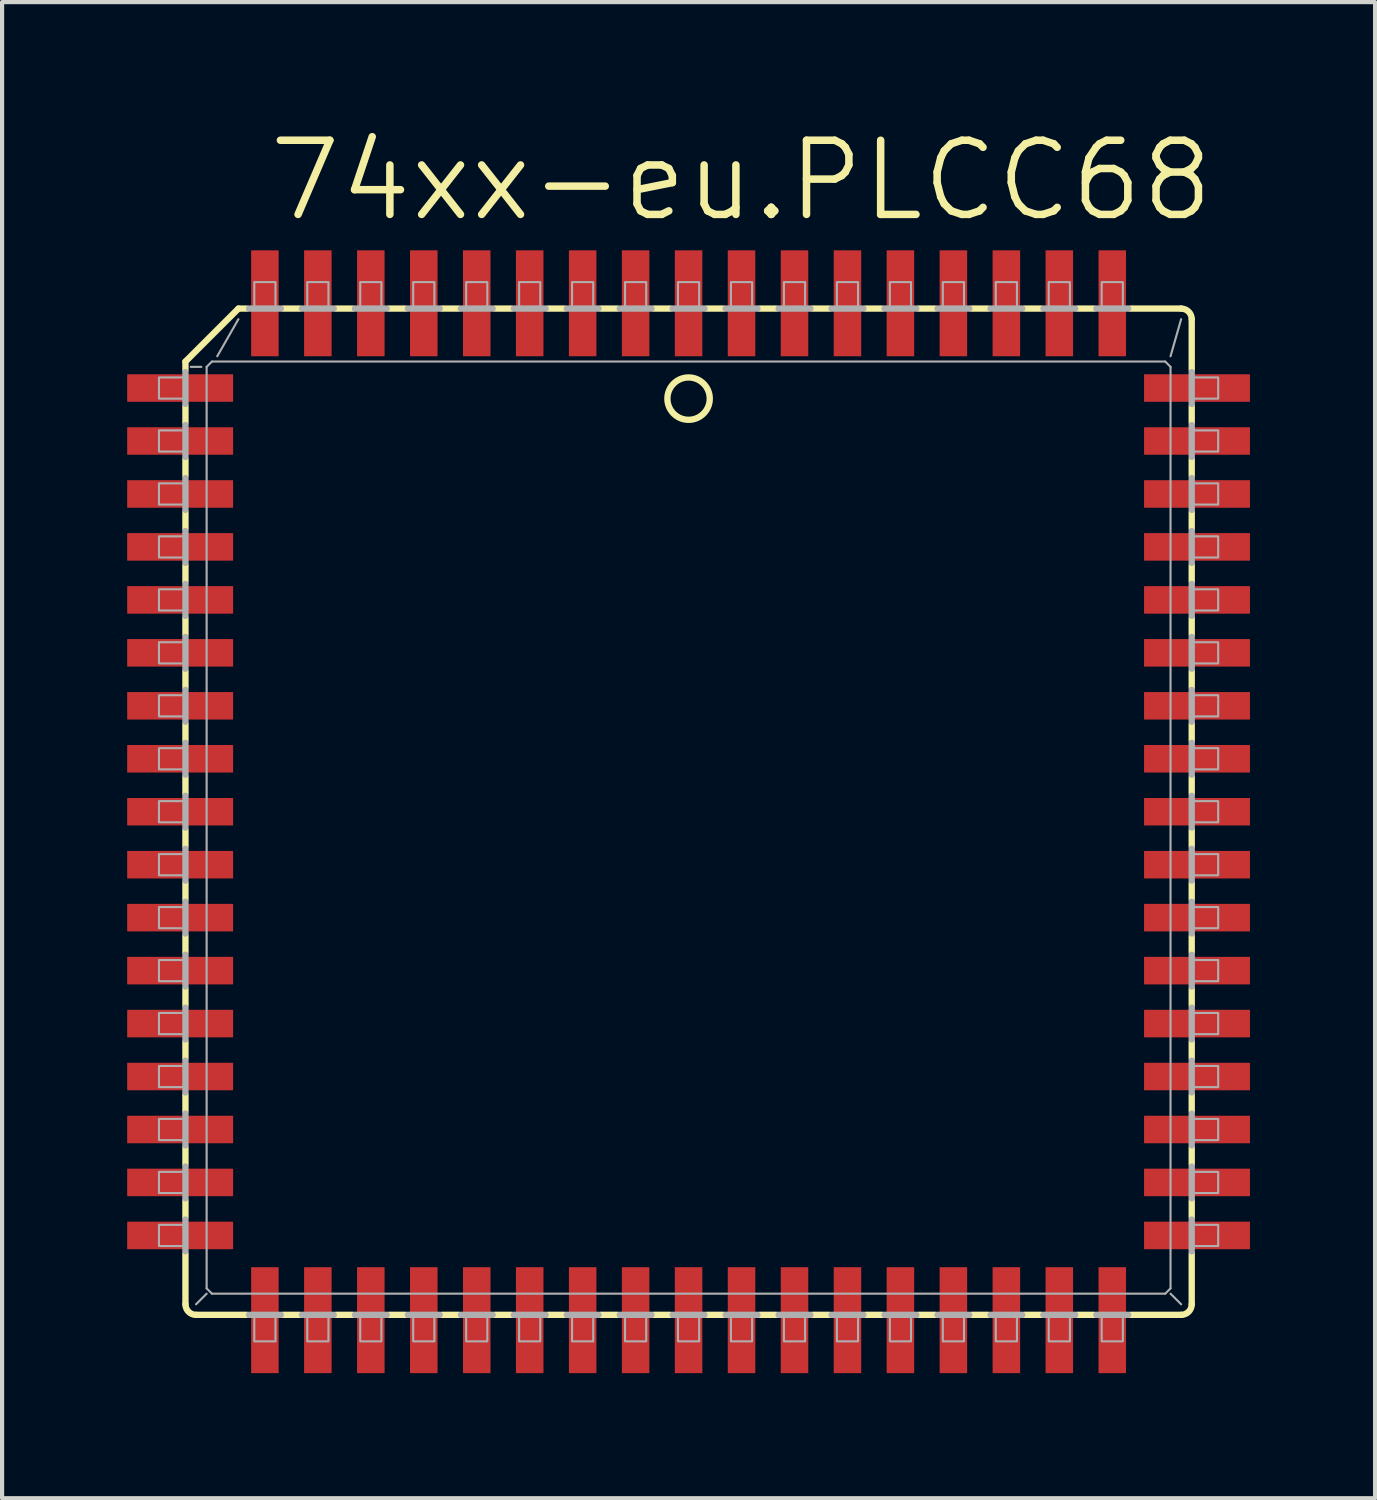
<source format=kicad_pcb>
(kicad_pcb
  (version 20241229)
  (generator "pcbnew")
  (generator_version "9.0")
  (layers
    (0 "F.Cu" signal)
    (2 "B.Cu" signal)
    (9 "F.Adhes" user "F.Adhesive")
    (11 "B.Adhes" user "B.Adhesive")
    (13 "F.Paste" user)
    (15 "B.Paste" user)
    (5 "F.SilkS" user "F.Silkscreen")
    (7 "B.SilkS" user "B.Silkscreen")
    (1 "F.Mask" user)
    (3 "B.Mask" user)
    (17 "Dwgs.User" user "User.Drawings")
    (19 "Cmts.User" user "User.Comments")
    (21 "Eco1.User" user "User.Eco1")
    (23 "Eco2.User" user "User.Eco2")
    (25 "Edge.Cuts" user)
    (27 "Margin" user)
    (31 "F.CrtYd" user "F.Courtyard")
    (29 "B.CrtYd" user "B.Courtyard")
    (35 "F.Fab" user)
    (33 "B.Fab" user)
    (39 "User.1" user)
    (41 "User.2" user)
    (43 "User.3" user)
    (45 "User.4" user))
  (footprint "74xx-eu.PLCC68"
    (layer "F.Cu")
    (at 13.462 16.415)
    (property "Reference" "74xx-eu.PLCC68" (at -10.16 -14.097 0) (layer "F.SilkS") (effects (font (size 1.778 1.778) (thickness 0.18)) (justify left bottom)))
    (attr smd)
    (fp_line (start -12.065 -10.795) (end -12.065 -10.592) (stroke (width 0.152) (type default)) (layer "F.SilkS"))
    (fp_line (start -12.065 -10.795) (end -10.795 -12.065) (stroke (width 0.152) (type default)) (layer "F.SilkS"))
    (fp_line (start -12.065 -9.728) (end -12.065 -9.322) (stroke (width 0.152) (type default)) (layer "F.SilkS"))
    (fp_line (start -12.065 -8.458) (end -12.065 -8.052) (stroke (width 0.152) (type default)) (layer "F.SilkS"))
    (fp_line (start -12.065 -7.188) (end -12.065 -6.782) (stroke (width 0.152) (type default)) (layer "F.SilkS"))
    (fp_line (start -12.065 -5.918) (end -12.065 -5.512) (stroke (width 0.152) (type default)) (layer "F.SilkS"))
    (fp_line (start -12.065 -4.648) (end -12.065 -4.242) (stroke (width 0.152) (type default)) (layer "F.SilkS"))
    (fp_line (start -12.065 -3.378) (end -12.065 -2.972) (stroke (width 0.152) (type default)) (layer "F.SilkS"))
    (fp_line (start -12.065 -1.702) (end -12.065 -2.108) (stroke (width 0.152) (type default)) (layer "F.SilkS"))
    (fp_line (start -12.065 -0.838) (end -12.065 -0.432) (stroke (width 0.152) (type default)) (layer "F.SilkS"))
    (fp_line (start -12.065 0.838) (end -12.065 0.432) (stroke (width 0.152) (type default)) (layer "F.SilkS"))
    (fp_line (start -12.065 1.702) (end -12.065 2.108) (stroke (width 0.152) (type default)) (layer "F.SilkS"))
    (fp_line (start -12.065 3.378) (end -12.065 2.972) (stroke (width 0.152) (type default)) (layer "F.SilkS"))
    (fp_line (start -12.065 4.242) (end -12.065 4.648) (stroke (width 0.152) (type default)) (layer "F.SilkS"))
    (fp_line (start -12.065 5.918) (end -12.065 5.512) (stroke (width 0.152) (type default)) (layer "F.SilkS"))
    (fp_line (start -12.065 6.782) (end -12.065 7.188) (stroke (width 0.152) (type default)) (layer "F.SilkS"))
    (fp_line (start -12.065 8.458) (end -12.065 8.052) (stroke (width 0.152) (type default)) (layer "F.SilkS"))
    (fp_line (start -12.065 9.322) (end -12.065 9.728) (stroke (width 0.152) (type default)) (layer "F.SilkS"))
    (fp_line (start -12.065 11.811) (end -12.065 10.592) (stroke (width 0.152) (type default)) (layer "F.SilkS"))
    (fp_line (start -11.811 12.065) (end -10.592 12.065) (stroke (width 0.152) (type default)) (layer "F.SilkS"))
    (fp_line (start -10.795 -12.065) (end -10.592 -12.065) (stroke (width 0.152) (type default)) (layer "F.SilkS"))
    (fp_line (start -9.728 12.065) (end -9.322 12.065) (stroke (width 0.152) (type default)) (layer "F.SilkS"))
    (fp_line (start -9.322 -12.065) (end -9.728 -12.065) (stroke (width 0.152) (type default)) (layer "F.SilkS"))
    (fp_line (start -8.458 -12.065) (end -8.052 -12.065) (stroke (width 0.152) (type default)) (layer "F.SilkS"))
    (fp_line (start -8.458 12.065) (end -8.052 12.065) (stroke (width 0.152) (type default)) (layer "F.SilkS"))
    (fp_line (start -7.188 12.065) (end -6.782 12.065) (stroke (width 0.152) (type default)) (layer "F.SilkS"))
    (fp_line (start -6.782 -12.065) (end -7.188 -12.065) (stroke (width 0.152) (type default)) (layer "F.SilkS"))
    (fp_line (start -5.918 -12.065) (end -5.512 -12.065) (stroke (width 0.152) (type default)) (layer "F.SilkS"))
    (fp_line (start -5.918 12.065) (end -5.512 12.065) (stroke (width 0.152) (type default)) (layer "F.SilkS"))
    (fp_line (start -4.648 12.065) (end -4.242 12.065) (stroke (width 0.152) (type default)) (layer "F.SilkS"))
    (fp_line (start -4.242 -12.065) (end -4.648 -12.065) (stroke (width 0.152) (type default)) (layer "F.SilkS"))
    (fp_line (start -3.378 -12.065) (end -2.972 -12.065) (stroke (width 0.152) (type default)) (layer "F.SilkS"))
    (fp_line (start -3.378 12.065) (end -2.972 12.065) (stroke (width 0.152) (type default)) (layer "F.SilkS"))
    (fp_line (start -1.702 -12.065) (end -2.108 -12.065) (stroke (width 0.152) (type default)) (layer "F.SilkS"))
    (fp_line (start -1.702 12.065) (end -2.108 12.065) (stroke (width 0.152) (type default)) (layer "F.SilkS"))
    (fp_line (start -0.838 -12.065) (end -0.432 -12.065) (stroke (width 0.152) (type default)) (layer "F.SilkS"))
    (fp_line (start -0.838 12.065) (end -0.432 12.065) (stroke (width 0.152) (type default)) (layer "F.SilkS"))
    (fp_line (start 0.838 -12.065) (end 0.432 -12.065) (stroke (width 0.152) (type default)) (layer "F.SilkS"))
    (fp_line (start 0.838 12.065) (end 0.432 12.065) (stroke (width 0.152) (type default)) (layer "F.SilkS"))
    (fp_line (start 1.702 -12.065) (end 2.108 -12.065) (stroke (width 0.152) (type default)) (layer "F.SilkS"))
    (fp_line (start 1.702 12.065) (end 2.108 12.065) (stroke (width 0.152) (type default)) (layer "F.SilkS"))
    (fp_line (start 3.378 -12.065) (end 2.972 -12.065) (stroke (width 0.152) (type default)) (layer "F.SilkS"))
    (fp_line (start 3.378 12.065) (end 2.972 12.065) (stroke (width 0.152) (type default)) (layer "F.SilkS"))
    (fp_line (start 4.242 12.065) (end 4.648 12.065) (stroke (width 0.152) (type default)) (layer "F.SilkS"))
    (fp_line (start 4.648 -12.065) (end 4.242 -12.065) (stroke (width 0.152) (type default)) (layer "F.SilkS"))
    (fp_line (start 5.918 -12.065) (end 5.512 -12.065) (stroke (width 0.152) (type default)) (layer "F.SilkS"))
    (fp_line (start 5.918 12.065) (end 5.512 12.065) (stroke (width 0.152) (type default)) (layer "F.SilkS"))
    (fp_line (start 6.782 12.065) (end 7.188 12.065) (stroke (width 0.152) (type default)) (layer "F.SilkS"))
    (fp_line (start 7.188 -12.065) (end 6.782 -12.065) (stroke (width 0.152) (type default)) (layer "F.SilkS"))
    (fp_line (start 8.458 -12.065) (end 8.052 -12.065) (stroke (width 0.152) (type default)) (layer "F.SilkS"))
    (fp_line (start 8.458 12.065) (end 8.052 12.065) (stroke (width 0.152) (type default)) (layer "F.SilkS"))
    (fp_line (start 9.322 12.065) (end 9.728 12.065) (stroke (width 0.152) (type default)) (layer "F.SilkS"))
    (fp_line (start 9.728 -12.065) (end 9.322 -12.065) (stroke (width 0.152) (type default)) (layer "F.SilkS"))
    (fp_line (start 11.811 -12.065) (end 10.592 -12.065) (stroke (width 0.152) (type default)) (layer "F.SilkS"))
    (fp_line (start 11.811 12.065) (end 10.592 12.065) (stroke (width 0.152) (type default)) (layer "F.SilkS"))
    (fp_line (start 12.065 -11.811) (end 12.065 -10.592) (stroke (width 0.152) (type default)) (layer "F.SilkS"))
    (fp_line (start 12.065 -9.322) (end 12.065 -9.728) (stroke (width 0.152) (type default)) (layer "F.SilkS"))
    (fp_line (start 12.065 -8.458) (end 12.065 -8.052) (stroke (width 0.152) (type default)) (layer "F.SilkS"))
    (fp_line (start 12.065 -6.782) (end 12.065 -7.188) (stroke (width 0.152) (type default)) (layer "F.SilkS"))
    (fp_line (start 12.065 -5.918) (end 12.065 -5.512) (stroke (width 0.152) (type default)) (layer "F.SilkS"))
    (fp_line (start 12.065 -4.242) (end 12.065 -4.648) (stroke (width 0.152) (type default)) (layer "F.SilkS"))
    (fp_line (start 12.065 -3.378) (end 12.065 -2.972) (stroke (width 0.152) (type default)) (layer "F.SilkS"))
    (fp_line (start 12.065 -1.702) (end 12.065 -2.108) (stroke (width 0.152) (type default)) (layer "F.SilkS"))
    (fp_line (start 12.065 -0.838) (end 12.065 -0.432) (stroke (width 0.152) (type default)) (layer "F.SilkS"))
    (fp_line (start 12.065 0.838) (end 12.065 0.432) (stroke (width 0.152) (type default)) (layer "F.SilkS"))
    (fp_line (start 12.065 1.702) (end 12.065 2.108) (stroke (width 0.152) (type default)) (layer "F.SilkS"))
    (fp_line (start 12.065 3.378) (end 12.065 2.972) (stroke (width 0.152) (type default)) (layer "F.SilkS"))
    (fp_line (start 12.065 4.648) (end 12.065 4.242) (stroke (width 0.152) (type default)) (layer "F.SilkS"))
    (fp_line (start 12.065 5.918) (end 12.065 5.512) (stroke (width 0.152) (type default)) (layer "F.SilkS"))
    (fp_line (start 12.065 7.188) (end 12.065 6.782) (stroke (width 0.152) (type default)) (layer "F.SilkS"))
    (fp_line (start 12.065 8.458) (end 12.065 8.052) (stroke (width 0.152) (type default)) (layer "F.SilkS"))
    (fp_line (start 12.065 9.728) (end 12.065 9.322) (stroke (width 0.152) (type default)) (layer "F.SilkS"))
    (fp_line (start 12.065 11.811) (end 12.065 10.592) (stroke (width 0.152) (type default)) (layer "F.SilkS"))
    (fp_arc (start -11.811 12.065) (mid -11.990605 11.990605) (end -12.065 11.811) (stroke (width 0.1524) (type default)) (layer "F.SilkS"))
    (fp_arc (start 11.811 -12.065) (mid 11.990605 -11.990605) (end 12.065 -11.811) (stroke (width 0.1524) (type default)) (layer "F.SilkS"))
    (fp_arc (start 12.065 11.811) (mid 11.990605 11.990605) (end 11.811 12.065) (stroke (width 0.1524) (type default)) (layer "F.SilkS"))
    (fp_circle (center 0 -9.906) (end 0.508 -9.906) (stroke (width 0.152) (type default)) (fill no) (layer "F.SilkS"))
    (fp_line (start -12.065 -10.541) (end -12.065 -9.779) (stroke (width 0.152) (type default)) (layer "F.Fab"))
    (fp_line (start -12.065 -9.271) (end -12.065 -8.509) (stroke (width 0.152) (type default)) (layer "F.Fab"))
    (fp_line (start -12.065 -8.001) (end -12.065 -7.239) (stroke (width 0.152) (type default)) (layer "F.Fab"))
    (fp_line (start -12.065 -6.731) (end -12.065 -5.969) (stroke (width 0.152) (type default)) (layer "F.Fab"))
    (fp_line (start -12.065 -5.461) (end -12.065 -4.699) (stroke (width 0.152) (type default)) (layer "F.Fab"))
    (fp_line (start -12.065 -4.191) (end -12.065 -3.429) (stroke (width 0.152) (type default)) (layer "F.Fab"))
    (fp_line (start -12.065 -2.921) (end -12.065 -2.159) (stroke (width 0.152) (type default)) (layer "F.Fab"))
    (fp_line (start -12.065 -1.651) (end -12.065 -0.889) (stroke (width 0.152) (type default)) (layer "F.Fab"))
    (fp_line (start -12.065 -0.381) (end -12.065 0.381) (stroke (width 0.152) (type default)) (layer "F.Fab"))
    (fp_line (start -12.065 0.889) (end -12.065 1.651) (stroke (width 0.152) (type default)) (layer "F.Fab"))
    (fp_line (start -12.065 2.159) (end -12.065 2.921) (stroke (width 0.152) (type default)) (layer "F.Fab"))
    (fp_line (start -12.065 3.429) (end -12.065 4.191) (stroke (width 0.152) (type default)) (layer "F.Fab"))
    (fp_line (start -12.065 4.699) (end -12.065 5.461) (stroke (width 0.152) (type default)) (layer "F.Fab"))
    (fp_line (start -12.065 5.969) (end -12.065 6.731) (stroke (width 0.152) (type default)) (layer "F.Fab"))
    (fp_line (start -12.065 7.239) (end -12.065 8.001) (stroke (width 0.152) (type default)) (layer "F.Fab"))
    (fp_line (start -12.065 8.509) (end -12.065 9.271) (stroke (width 0.152) (type default)) (layer "F.Fab"))
    (fp_line (start -12.065 9.779) (end -12.065 10.541) (stroke (width 0.152) (type default)) (layer "F.Fab"))
    (fp_line (start -11.684 -10.668) (end -11.938 -10.668) (stroke (width 0.051) (type default)) (layer "F.Fab"))
    (fp_line (start -11.557 11.43) (end -11.557 -10.668) (stroke (width 0.051) (type default)) (layer "F.Fab"))
    (fp_line (start -11.557 11.43) (end -11.43 11.557) (stroke (width 0.051) (type default)) (layer "F.Fab"))
    (fp_line (start -11.557 11.557) (end -11.811 11.811) (stroke (width 0.051) (type default)) (layer "F.Fab"))
    (fp_line (start -11.43 -10.795) (end -11.557 -10.668) (stroke (width 0.051) (type default)) (layer "F.Fab"))
    (fp_line (start -11.43 -10.795) (end 11.43 -10.795) (stroke (width 0.051) (type default)) (layer "F.Fab"))
    (fp_line (start -11.303 -10.922) (end -10.795 -11.811) (stroke (width 0.051) (type default)) (layer "F.Fab"))
    (fp_line (start -10.541 12.065) (end -9.779 12.065) (stroke (width 0.152) (type default)) (layer "F.Fab"))
    (fp_line (start -9.779 -12.065) (end -10.541 -12.065) (stroke (width 0.152) (type default)) (layer "F.Fab"))
    (fp_line (start -9.271 12.065) (end -8.509 12.065) (stroke (width 0.152) (type default)) (layer "F.Fab"))
    (fp_line (start -8.509 -12.065) (end -9.271 -12.065) (stroke (width 0.152) (type default)) (layer "F.Fab"))
    (fp_line (start -8.001 12.065) (end -7.239 12.065) (stroke (width 0.152) (type default)) (layer "F.Fab"))
    (fp_line (start -7.239 -12.065) (end -8.001 -12.065) (stroke (width 0.152) (type default)) (layer "F.Fab"))
    (fp_line (start -6.731 12.065) (end -5.969 12.065) (stroke (width 0.152) (type default)) (layer "F.Fab"))
    (fp_line (start -5.969 -12.065) (end -6.731 -12.065) (stroke (width 0.152) (type default)) (layer "F.Fab"))
    (fp_line (start -5.461 12.065) (end -4.699 12.065) (stroke (width 0.152) (type default)) (layer "F.Fab"))
    (fp_line (start -4.699 -12.065) (end -5.461 -12.065) (stroke (width 0.152) (type default)) (layer "F.Fab"))
    (fp_line (start -4.191 12.065) (end -3.429 12.065) (stroke (width 0.152) (type default)) (layer "F.Fab"))
    (fp_line (start -3.429 -12.065) (end -4.191 -12.065) (stroke (width 0.152) (type default)) (layer "F.Fab"))
    (fp_line (start -2.921 12.065) (end -2.159 12.065) (stroke (width 0.152) (type default)) (layer "F.Fab"))
    (fp_line (start -2.159 -12.065) (end -2.921 -12.065) (stroke (width 0.152) (type default)) (layer "F.Fab"))
    (fp_line (start -1.651 12.065) (end -0.889 12.065) (stroke (width 0.152) (type default)) (layer "F.Fab"))
    (fp_line (start -0.889 -12.065) (end -1.651 -12.065) (stroke (width 0.152) (type default)) (layer "F.Fab"))
    (fp_line (start -0.381 12.065) (end 0.381 12.065) (stroke (width 0.152) (type default)) (layer "F.Fab"))
    (fp_line (start 0.381 -12.065) (end -0.381 -12.065) (stroke (width 0.152) (type default)) (layer "F.Fab"))
    (fp_line (start 0.889 12.065) (end 1.651 12.065) (stroke (width 0.152) (type default)) (layer "F.Fab"))
    (fp_line (start 1.651 -12.065) (end 0.889 -12.065) (stroke (width 0.152) (type default)) (layer "F.Fab"))
    (fp_line (start 2.159 12.065) (end 2.921 12.065) (stroke (width 0.152) (type default)) (layer "F.Fab"))
    (fp_line (start 2.921 -12.065) (end 2.159 -12.065) (stroke (width 0.152) (type default)) (layer "F.Fab"))
    (fp_line (start 3.429 12.065) (end 4.191 12.065) (stroke (width 0.152) (type default)) (layer "F.Fab"))
    (fp_line (start 4.191 -12.065) (end 3.429 -12.065) (stroke (width 0.152) (type default)) (layer "F.Fab"))
    (fp_line (start 4.699 12.065) (end 5.461 12.065) (stroke (width 0.152) (type default)) (layer "F.Fab"))
    (fp_line (start 5.461 -12.065) (end 4.699 -12.065) (stroke (width 0.152) (type default)) (layer "F.Fab"))
    (fp_line (start 5.969 12.065) (end 6.731 12.065) (stroke (width 0.152) (type default)) (layer "F.Fab"))
    (fp_line (start 6.731 -12.065) (end 5.969 -12.065) (stroke (width 0.152) (type default)) (layer "F.Fab"))
    (fp_line (start 7.239 12.065) (end 8.001 12.065) (stroke (width 0.152) (type default)) (layer "F.Fab"))
    (fp_line (start 8.001 -12.065) (end 7.239 -12.065) (stroke (width 0.152) (type default)) (layer "F.Fab"))
    (fp_line (start 8.509 12.065) (end 9.271 12.065) (stroke (width 0.152) (type default)) (layer "F.Fab"))
    (fp_line (start 9.271 -12.065) (end 8.509 -12.065) (stroke (width 0.152) (type default)) (layer "F.Fab"))
    (fp_line (start 9.779 12.065) (end 10.541 12.065) (stroke (width 0.152) (type default)) (layer "F.Fab"))
    (fp_line (start 10.541 -12.065) (end 9.779 -12.065) (stroke (width 0.152) (type default)) (layer "F.Fab"))
    (fp_line (start 11.43 11.557) (end -11.43 11.557) (stroke (width 0.051) (type default)) (layer "F.Fab"))
    (fp_line (start 11.43 11.557) (end 11.557 11.43) (stroke (width 0.051) (type default)) (layer "F.Fab"))
    (fp_line (start 11.557 -10.668) (end 11.43 -10.795) (stroke (width 0.051) (type default)) (layer "F.Fab"))
    (fp_line (start 11.557 -10.668) (end 11.557 11.43) (stroke (width 0.051) (type default)) (layer "F.Fab"))
    (fp_line (start 11.557 11.557) (end 11.811 11.811) (stroke (width 0.051) (type default)) (layer "F.Fab"))
    (fp_line (start 11.811 -11.811) (end 11.557 -10.922) (stroke (width 0.051) (type default)) (layer "F.Fab"))
    (fp_line (start 12.065 -9.779) (end 12.065 -10.541) (stroke (width 0.152) (type default)) (layer "F.Fab"))
    (fp_line (start 12.065 -8.509) (end 12.065 -9.271) (stroke (width 0.152) (type default)) (layer "F.Fab"))
    (fp_line (start 12.065 -7.239) (end 12.065 -8.001) (stroke (width 0.152) (type default)) (layer "F.Fab"))
    (fp_line (start 12.065 -5.969) (end 12.065 -6.731) (stroke (width 0.152) (type default)) (layer "F.Fab"))
    (fp_line (start 12.065 -4.699) (end 12.065 -5.461) (stroke (width 0.152) (type default)) (layer "F.Fab"))
    (fp_line (start 12.065 -3.429) (end 12.065 -4.191) (stroke (width 0.152) (type default)) (layer "F.Fab"))
    (fp_line (start 12.065 -2.159) (end 12.065 -2.921) (stroke (width 0.152) (type default)) (layer "F.Fab"))
    (fp_line (start 12.065 -0.889) (end 12.065 -1.651) (stroke (width 0.152) (type default)) (layer "F.Fab"))
    (fp_line (start 12.065 0.381) (end 12.065 -0.381) (stroke (width 0.152) (type default)) (layer "F.Fab"))
    (fp_line (start 12.065 1.651) (end 12.065 0.889) (stroke (width 0.152) (type default)) (layer "F.Fab"))
    (fp_line (start 12.065 2.921) (end 12.065 2.159) (stroke (width 0.152) (type default)) (layer "F.Fab"))
    (fp_line (start 12.065 4.191) (end 12.065 3.429) (stroke (width 0.152) (type default)) (layer "F.Fab"))
    (fp_line (start 12.065 5.461) (end 12.065 4.699) (stroke (width 0.152) (type default)) (layer "F.Fab"))
    (fp_line (start 12.065 6.731) (end 12.065 5.969) (stroke (width 0.152) (type default)) (layer "F.Fab"))
    (fp_line (start 12.065 8.001) (end 12.065 7.239) (stroke (width 0.152) (type default)) (layer "F.Fab"))
    (fp_line (start 12.065 9.271) (end 12.065 8.509) (stroke (width 0.152) (type default)) (layer "F.Fab"))
    (fp_line (start 12.065 10.541) (end 12.065 9.779) (stroke (width 0.152) (type default)) (layer "F.Fab"))
    (fp_rect (start -12.7 -9.906) (end -12.065 -10.414) (stroke (width 0.05) (type default)) (fill no) (layer "F.Fab"))
    (fp_rect (start -12.7 -8.636) (end -12.065 -9.144) (stroke (width 0.05) (type default)) (fill no) (layer "F.Fab"))
    (fp_rect (start -12.7 -7.366) (end -12.065 -7.874) (stroke (width 0.05) (type default)) (fill no) (layer "F.Fab"))
    (fp_rect (start -12.7 -6.096) (end -12.065 -6.604) (stroke (width 0.05) (type default)) (fill no) (layer "F.Fab"))
    (fp_rect (start -12.7 -4.826) (end -12.065 -5.334) (stroke (width 0.05) (type default)) (fill no) (layer "F.Fab"))
    (fp_rect (start -12.7 -3.556) (end -12.065 -4.064) (stroke (width 0.05) (type default)) (fill no) (layer "F.Fab"))
    (fp_rect (start -12.7 -2.286) (end -12.065 -2.794) (stroke (width 0.05) (type default)) (fill no) (layer "F.Fab"))
    (fp_rect (start -12.7 -1.016) (end -12.065 -1.524) (stroke (width 0.05) (type default)) (fill no) (layer "F.Fab"))
    (fp_rect (start -12.7 0.254) (end -12.065 -0.254) (stroke (width 0.05) (type default)) (fill no) (layer "F.Fab"))
    (fp_rect (start -12.7 1.524) (end -12.065 1.016) (stroke (width 0.05) (type default)) (fill no) (layer "F.Fab"))
    (fp_rect (start -12.7 2.794) (end -12.065 2.286) (stroke (width 0.05) (type default)) (fill no) (layer "F.Fab"))
    (fp_rect (start -12.7 4.064) (end -12.065 3.556) (stroke (width 0.05) (type default)) (fill no) (layer "F.Fab"))
    (fp_rect (start -12.7 5.334) (end -12.065 4.826) (stroke (width 0.05) (type default)) (fill no) (layer "F.Fab"))
    (fp_rect (start -12.7 6.604) (end -12.065 6.096) (stroke (width 0.05) (type default)) (fill no) (layer "F.Fab"))
    (fp_rect (start -12.7 7.874) (end -12.065 7.366) (stroke (width 0.05) (type default)) (fill no) (layer "F.Fab"))
    (fp_rect (start -12.7 9.144) (end -12.065 8.636) (stroke (width 0.05) (type default)) (fill no) (layer "F.Fab"))
    (fp_rect (start -12.7 10.414) (end -12.065 9.906) (stroke (width 0.05) (type default)) (fill no) (layer "F.Fab"))
    (fp_rect (start -10.414 -12.065) (end -9.906 -12.7) (stroke (width 0.05) (type default)) (fill no) (layer "F.Fab"))
    (fp_rect (start -10.414 12.7) (end -9.906 12.065) (stroke (width 0.05) (type default)) (fill no) (layer "F.Fab"))
    (fp_rect (start -9.144 -12.065) (end -8.636 -12.7) (stroke (width 0.05) (type default)) (fill no) (layer "F.Fab"))
    (fp_rect (start -9.144 12.7) (end -8.636 12.065) (stroke (width 0.05) (type default)) (fill no) (layer "F.Fab"))
    (fp_rect (start -7.874 -12.065) (end -7.366 -12.7) (stroke (width 0.05) (type default)) (fill no) (layer "F.Fab"))
    (fp_rect (start -7.874 12.7) (end -7.366 12.065) (stroke (width 0.05) (type default)) (fill no) (layer "F.Fab"))
    (fp_rect (start -6.604 -12.065) (end -6.096 -12.7) (stroke (width 0.05) (type default)) (fill no) (layer "F.Fab"))
    (fp_rect (start -6.604 12.7) (end -6.096 12.065) (stroke (width 0.05) (type default)) (fill no) (layer "F.Fab"))
    (fp_rect (start -5.334 -12.065) (end -4.826 -12.7) (stroke (width 0.05) (type default)) (fill no) (layer "F.Fab"))
    (fp_rect (start -5.334 12.7) (end -4.826 12.065) (stroke (width 0.05) (type default)) (fill no) (layer "F.Fab"))
    (fp_rect (start -4.064 -12.065) (end -3.556 -12.7) (stroke (width 0.05) (type default)) (fill no) (layer "F.Fab"))
    (fp_rect (start -4.064 12.7) (end -3.556 12.065) (stroke (width 0.05) (type default)) (fill no) (layer "F.Fab"))
    (fp_rect (start -2.794 -12.065) (end -2.286 -12.7) (stroke (width 0.05) (type default)) (fill no) (layer "F.Fab"))
    (fp_rect (start -2.794 12.7) (end -2.286 12.065) (stroke (width 0.05) (type default)) (fill no) (layer "F.Fab"))
    (fp_rect (start -1.524 -12.065) (end -1.016 -12.7) (stroke (width 0.05) (type default)) (fill no) (layer "F.Fab"))
    (fp_rect (start -1.524 12.7) (end -1.016 12.065) (stroke (width 0.05) (type default)) (fill no) (layer "F.Fab"))
    (fp_rect (start -0.254 -12.065) (end 0.254 -12.7) (stroke (width 0.05) (type default)) (fill no) (layer "F.Fab"))
    (fp_rect (start -0.254 12.7) (end 0.254 12.065) (stroke (width 0.05) (type default)) (fill no) (layer "F.Fab"))
    (fp_rect (start 1.016 -12.065) (end 1.524 -12.7) (stroke (width 0.05) (type default)) (fill no) (layer "F.Fab"))
    (fp_rect (start 1.016 12.7) (end 1.524 12.065) (stroke (width 0.05) (type default)) (fill no) (layer "F.Fab"))
    (fp_rect (start 2.286 -12.065) (end 2.794 -12.7) (stroke (width 0.05) (type default)) (fill no) (layer "F.Fab"))
    (fp_rect (start 2.286 12.7) (end 2.794 12.065) (stroke (width 0.05) (type default)) (fill no) (layer "F.Fab"))
    (fp_rect (start 3.556 -12.065) (end 4.064 -12.7) (stroke (width 0.05) (type default)) (fill no) (layer "F.Fab"))
    (fp_rect (start 3.556 12.7) (end 4.064 12.065) (stroke (width 0.05) (type default)) (fill no) (layer "F.Fab"))
    (fp_rect (start 4.826 -12.065) (end 5.334 -12.7) (stroke (width 0.05) (type default)) (fill no) (layer "F.Fab"))
    (fp_rect (start 4.826 12.7) (end 5.334 12.065) (stroke (width 0.05) (type default)) (fill no) (layer "F.Fab"))
    (fp_rect (start 6.096 -12.065) (end 6.604 -12.7) (stroke (width 0.05) (type default)) (fill no) (layer "F.Fab"))
    (fp_rect (start 6.096 12.7) (end 6.604 12.065) (stroke (width 0.05) (type default)) (fill no) (layer "F.Fab"))
    (fp_rect (start 7.366 -12.065) (end 7.874 -12.7) (stroke (width 0.05) (type default)) (fill no) (layer "F.Fab"))
    (fp_rect (start 7.366 12.7) (end 7.874 12.065) (stroke (width 0.05) (type default)) (fill no) (layer "F.Fab"))
    (fp_rect (start 8.636 -12.065) (end 9.144 -12.7) (stroke (width 0.05) (type default)) (fill no) (layer "F.Fab"))
    (fp_rect (start 8.636 12.7) (end 9.144 12.065) (stroke (width 0.05) (type default)) (fill no) (layer "F.Fab"))
    (fp_rect (start 9.906 -12.065) (end 10.414 -12.7) (stroke (width 0.05) (type default)) (fill no) (layer "F.Fab"))
    (fp_rect (start 9.906 12.7) (end 10.414 12.065) (stroke (width 0.05) (type default)) (fill no) (layer "F.Fab"))
    (fp_rect (start 12.065 -9.906) (end 12.7 -10.414) (stroke (width 0.05) (type default)) (fill no) (layer "F.Fab"))
    (fp_rect (start 12.065 -8.636) (end 12.7 -9.144) (stroke (width 0.05) (type default)) (fill no) (layer "F.Fab"))
    (fp_rect (start 12.065 -7.366) (end 12.7 -7.874) (stroke (width 0.05) (type default)) (fill no) (layer "F.Fab"))
    (fp_rect (start 12.065 -6.096) (end 12.7 -6.604) (stroke (width 0.05) (type default)) (fill no) (layer "F.Fab"))
    (fp_rect (start 12.065 -4.826) (end 12.7 -5.334) (stroke (width 0.05) (type default)) (fill no) (layer "F.Fab"))
    (fp_rect (start 12.065 -3.556) (end 12.7 -4.064) (stroke (width 0.05) (type default)) (fill no) (layer "F.Fab"))
    (fp_rect (start 12.065 -2.286) (end 12.7 -2.794) (stroke (width 0.05) (type default)) (fill no) (layer "F.Fab"))
    (fp_rect (start 12.065 -1.016) (end 12.7 -1.524) (stroke (width 0.05) (type default)) (fill no) (layer "F.Fab"))
    (fp_rect (start 12.065 0.254) (end 12.7 -0.254) (stroke (width 0.05) (type default)) (fill no) (layer "F.Fab"))
    (fp_rect (start 12.065 1.524) (end 12.7 1.016) (stroke (width 0.05) (type default)) (fill no) (layer "F.Fab"))
    (fp_rect (start 12.065 2.794) (end 12.7 2.286) (stroke (width 0.05) (type default)) (fill no) (layer "F.Fab"))
    (fp_rect (start 12.065 4.064) (end 12.7 3.556) (stroke (width 0.05) (type default)) (fill no) (layer "F.Fab"))
    (fp_rect (start 12.065 5.334) (end 12.7 4.826) (stroke (width 0.05) (type default)) (fill no) (layer "F.Fab"))
    (fp_rect (start 12.065 6.604) (end 12.7 6.096) (stroke (width 0.05) (type default)) (fill no) (layer "F.Fab"))
    (fp_rect (start 12.065 7.874) (end 12.7 7.366) (stroke (width 0.05) (type default)) (fill no) (layer "F.Fab"))
    (fp_rect (start 12.065 9.144) (end 12.7 8.636) (stroke (width 0.05) (type default)) (fill no) (layer "F.Fab"))
    (fp_rect (start 12.065 10.414) (end 12.7 9.906) (stroke (width 0.05) (type default)) (fill no) (layer "F.Fab"))
    (pad "1" smd roundrect (at 0 -12.192) (size 0.66 2.54) (layers "F.Cu" "F.Mask" "F.Paste") (roundrect_rratio 0.01))
    (pad "2" smd roundrect (at -1.27 -12.192) (size 0.66 2.54) (layers "F.Cu" "F.Mask" "F.Paste") (roundrect_rratio 0.01))
    (pad "3" smd roundrect (at -2.54 -12.192) (size 0.66 2.54) (layers "F.Cu" "F.Mask" "F.Paste") (roundrect_rratio 0.01))
    (pad "4" smd roundrect (at -3.81 -12.192) (size 0.66 2.54) (layers "F.Cu" "F.Mask" "F.Paste") (roundrect_rratio 0.01))
    (pad "5" smd roundrect (at -5.08 -12.192) (size 0.66 2.54) (layers "F.Cu" "F.Mask" "F.Paste") (roundrect_rratio 0.01))
    (pad "6" smd roundrect (at -6.35 -12.192) (size 0.66 2.54) (layers "F.Cu" "F.Mask" "F.Paste") (roundrect_rratio 0.01))
    (pad "7" smd roundrect (at -7.62 -12.192) (size 0.66 2.54) (layers "F.Cu" "F.Mask" "F.Paste") (roundrect_rratio 0.01))
    (pad "8" smd roundrect (at -8.89 -12.192) (size 0.66 2.54) (layers "F.Cu" "F.Mask" "F.Paste") (roundrect_rratio 0.01))
    (pad "9" smd roundrect (at -10.16 -12.192) (size 0.66 2.54) (layers "F.Cu" "F.Mask" "F.Paste") (roundrect_rratio 0.01))
    (pad "10" smd roundrect (at -12.192 -10.16) (size 2.54 0.66) (layers "F.Cu" "F.Mask" "F.Paste") (roundrect_rratio 0.01))
    (pad "11" smd roundrect (at -12.192 -8.89) (size 2.54 0.66) (layers "F.Cu" "F.Mask" "F.Paste") (roundrect_rratio 0.01))
    (pad "12" smd roundrect (at -12.192 -7.62) (size 2.54 0.66) (layers "F.Cu" "F.Mask" "F.Paste") (roundrect_rratio 0.01))
    (pad "13" smd roundrect (at -12.192 -6.35) (size 2.54 0.66) (layers "F.Cu" "F.Mask" "F.Paste") (roundrect_rratio 0.01))
    (pad "14" smd roundrect (at -12.192 -5.08) (size 2.54 0.66) (layers "F.Cu" "F.Mask" "F.Paste") (roundrect_rratio 0.01))
    (pad "15" smd roundrect (at -12.192 -3.81) (size 2.54 0.66) (layers "F.Cu" "F.Mask" "F.Paste") (roundrect_rratio 0.01))
    (pad "16" smd roundrect (at -12.192 -2.54) (size 2.54 0.66) (layers "F.Cu" "F.Mask" "F.Paste") (roundrect_rratio 0.01))
    (pad "17" smd roundrect (at -12.192 -1.27) (size 2.54 0.66) (layers "F.Cu" "F.Mask" "F.Paste") (roundrect_rratio 0.01))
    (pad "18" smd roundrect (at -12.192 0) (size 2.54 0.66) (layers "F.Cu" "F.Mask" "F.Paste") (roundrect_rratio 0.01))
    (pad "19" smd roundrect (at -12.192 1.27) (size 2.54 0.66) (layers "F.Cu" "F.Mask" "F.Paste") (roundrect_rratio 0.01))
    (pad "20" smd roundrect (at -12.192 2.54) (size 2.54 0.66) (layers "F.Cu" "F.Mask" "F.Paste") (roundrect_rratio 0.01))
    (pad "21" smd roundrect (at -12.192 3.81) (size 2.54 0.66) (layers "F.Cu" "F.Mask" "F.Paste") (roundrect_rratio 0.01))
    (pad "22" smd roundrect (at -12.192 5.08) (size 2.54 0.66) (layers "F.Cu" "F.Mask" "F.Paste") (roundrect_rratio 0.01))
    (pad "23" smd roundrect (at -12.192 6.35) (size 2.54 0.66) (layers "F.Cu" "F.Mask" "F.Paste") (roundrect_rratio 0.01))
    (pad "24" smd roundrect (at -12.192 7.62) (size 2.54 0.66) (layers "F.Cu" "F.Mask" "F.Paste") (roundrect_rratio 0.01))
    (pad "25" smd roundrect (at -12.192 8.89) (size 2.54 0.66) (layers "F.Cu" "F.Mask" "F.Paste") (roundrect_rratio 0.01))
    (pad "26" smd roundrect (at -12.192 10.16) (size 2.54 0.66) (layers "F.Cu" "F.Mask" "F.Paste") (roundrect_rratio 0.01))
    (pad "27" smd roundrect (at -10.16 12.192) (size 0.66 2.54) (layers "F.Cu" "F.Mask" "F.Paste") (roundrect_rratio 0.01))
    (pad "28" smd roundrect (at -8.89 12.192) (size 0.66 2.54) (layers "F.Cu" "F.Mask" "F.Paste") (roundrect_rratio 0.01))
    (pad "29" smd roundrect (at -7.62 12.192) (size 0.66 2.54) (layers "F.Cu" "F.Mask" "F.Paste") (roundrect_rratio 0.01))
    (pad "30" smd roundrect (at -6.35 12.192) (size 0.66 2.54) (layers "F.Cu" "F.Mask" "F.Paste") (roundrect_rratio 0.01))
    (pad "31" smd roundrect (at -5.08 12.192) (size 0.66 2.54) (layers "F.Cu" "F.Mask" "F.Paste") (roundrect_rratio 0.01))
    (pad "32" smd roundrect (at -3.81 12.192) (size 0.66 2.54) (layers "F.Cu" "F.Mask" "F.Paste") (roundrect_rratio 0.01))
    (pad "33" smd roundrect (at -2.54 12.192) (size 0.66 2.54) (layers "F.Cu" "F.Mask" "F.Paste") (roundrect_rratio 0.01))
    (pad "34" smd roundrect (at -1.27 12.192) (size 0.66 2.54) (layers "F.Cu" "F.Mask" "F.Paste") (roundrect_rratio 0.01))
    (pad "35" smd roundrect (at 0 12.192) (size 0.66 2.54) (layers "F.Cu" "F.Mask" "F.Paste") (roundrect_rratio 0.01))
    (pad "36" smd roundrect (at 1.27 12.192) (size 0.66 2.54) (layers "F.Cu" "F.Mask" "F.Paste") (roundrect_rratio 0.01))
    (pad "37" smd roundrect (at 2.54 12.192) (size 0.66 2.54) (layers "F.Cu" "F.Mask" "F.Paste") (roundrect_rratio 0.01))
    (pad "38" smd roundrect (at 3.81 12.192) (size 0.66 2.54) (layers "F.Cu" "F.Mask" "F.Paste") (roundrect_rratio 0.01))
    (pad "39" smd roundrect (at 5.08 12.192) (size 0.66 2.54) (layers "F.Cu" "F.Mask" "F.Paste") (roundrect_rratio 0.01))
    (pad "40" smd roundrect (at 6.35 12.192) (size 0.66 2.54) (layers "F.Cu" "F.Mask" "F.Paste") (roundrect_rratio 0.01))
    (pad "41" smd roundrect (at 7.62 12.192) (size 0.66 2.54) (layers "F.Cu" "F.Mask" "F.Paste") (roundrect_rratio 0.01))
    (pad "42" smd roundrect (at 8.89 12.192) (size 0.66 2.54) (layers "F.Cu" "F.Mask" "F.Paste") (roundrect_rratio 0.01))
    (pad "43" smd roundrect (at 10.16 12.192) (size 0.66 2.54) (layers "F.Cu" "F.Mask" "F.Paste") (roundrect_rratio 0.01))
    (pad "44" smd roundrect (at 12.192 10.16) (size 2.54 0.66) (layers "F.Cu" "F.Mask" "F.Paste") (roundrect_rratio 0.01))
    (pad "45" smd roundrect (at 12.192 8.89) (size 2.54 0.66) (layers "F.Cu" "F.Mask" "F.Paste") (roundrect_rratio 0.01))
    (pad "46" smd roundrect (at 12.192 7.62) (size 2.54 0.66) (layers "F.Cu" "F.Mask" "F.Paste") (roundrect_rratio 0.01))
    (pad "47" smd roundrect (at 12.192 6.35) (size 2.54 0.66) (layers "F.Cu" "F.Mask" "F.Paste") (roundrect_rratio 0.01))
    (pad "48" smd roundrect (at 12.192 5.08) (size 2.54 0.66) (layers "F.Cu" "F.Mask" "F.Paste") (roundrect_rratio 0.01))
    (pad "49" smd roundrect (at 12.192 3.81) (size 2.54 0.66) (layers "F.Cu" "F.Mask" "F.Paste") (roundrect_rratio 0.01))
    (pad "50" smd roundrect (at 12.192 2.54) (size 2.54 0.66) (layers "F.Cu" "F.Mask" "F.Paste") (roundrect_rratio 0.01))
    (pad "51" smd roundrect (at 12.192 1.27) (size 2.54 0.66) (layers "F.Cu" "F.Mask" "F.Paste") (roundrect_rratio 0.01))
    (pad "52" smd roundrect (at 12.192 0) (size 2.54 0.66) (layers "F.Cu" "F.Mask" "F.Paste") (roundrect_rratio 0.01))
    (pad "53" smd roundrect (at 12.192 -1.27) (size 2.54 0.66) (layers "F.Cu" "F.Mask" "F.Paste") (roundrect_rratio 0.01))
    (pad "54" smd roundrect (at 12.192 -2.54) (size 2.54 0.66) (layers "F.Cu" "F.Mask" "F.Paste") (roundrect_rratio 0.01))
    (pad "55" smd roundrect (at 12.192 -3.81) (size 2.54 0.66) (layers "F.Cu" "F.Mask" "F.Paste") (roundrect_rratio 0.01))
    (pad "56" smd roundrect (at 12.192 -5.08) (size 2.54 0.66) (layers "F.Cu" "F.Mask" "F.Paste") (roundrect_rratio 0.01))
    (pad "57" smd roundrect (at 12.192 -6.35) (size 2.54 0.66) (layers "F.Cu" "F.Mask" "F.Paste") (roundrect_rratio 0.01))
    (pad "58" smd roundrect (at 12.192 -7.62) (size 2.54 0.66) (layers "F.Cu" "F.Mask" "F.Paste") (roundrect_rratio 0.01))
    (pad "59" smd roundrect (at 12.192 -8.89) (size 2.54 0.66) (layers "F.Cu" "F.Mask" "F.Paste") (roundrect_rratio 0.01))
    (pad "60" smd roundrect (at 12.192 -10.16) (size 2.54 0.66) (layers "F.Cu" "F.Mask" "F.Paste") (roundrect_rratio 0.01))
    (pad "61" smd roundrect (at 10.16 -12.192) (size 0.66 2.54) (layers "F.Cu" "F.Mask" "F.Paste") (roundrect_rratio 0.01))
    (pad "62" smd roundrect (at 8.89 -12.192) (size 0.66 2.54) (layers "F.Cu" "F.Mask" "F.Paste") (roundrect_rratio 0.01))
    (pad "63" smd roundrect (at 7.62 -12.192) (size 0.66 2.54) (layers "F.Cu" "F.Mask" "F.Paste") (roundrect_rratio 0.01))
    (pad "64" smd roundrect (at 6.35 -12.192) (size 0.66 2.54) (layers "F.Cu" "F.Mask" "F.Paste") (roundrect_rratio 0.01))
    (pad "65" smd roundrect (at 5.08 -12.192) (size 0.66 2.54) (layers "F.Cu" "F.Mask" "F.Paste") (roundrect_rratio 0.01))
    (pad "66" smd roundrect (at 3.81 -12.192) (size 0.66 2.54) (layers "F.Cu" "F.Mask" "F.Paste") (roundrect_rratio 0.01))
    (pad "67" smd roundrect (at 2.54 -12.192) (size 0.66 2.54) (layers "F.Cu" "F.Mask" "F.Paste") (roundrect_rratio 0.01))
    (pad "68" smd roundrect (at 1.27 -12.192) (size 0.66 2.54) (layers "F.Cu" "F.Mask" "F.Paste") (roundrect_rratio 0.01)))
  (gr_rect
    (start -3 -3)
    (end 29.924 32.877)
    (stroke (width 0.1) (type default))
    (fill no)
    (layer "Edge.Cuts")))
</source>
